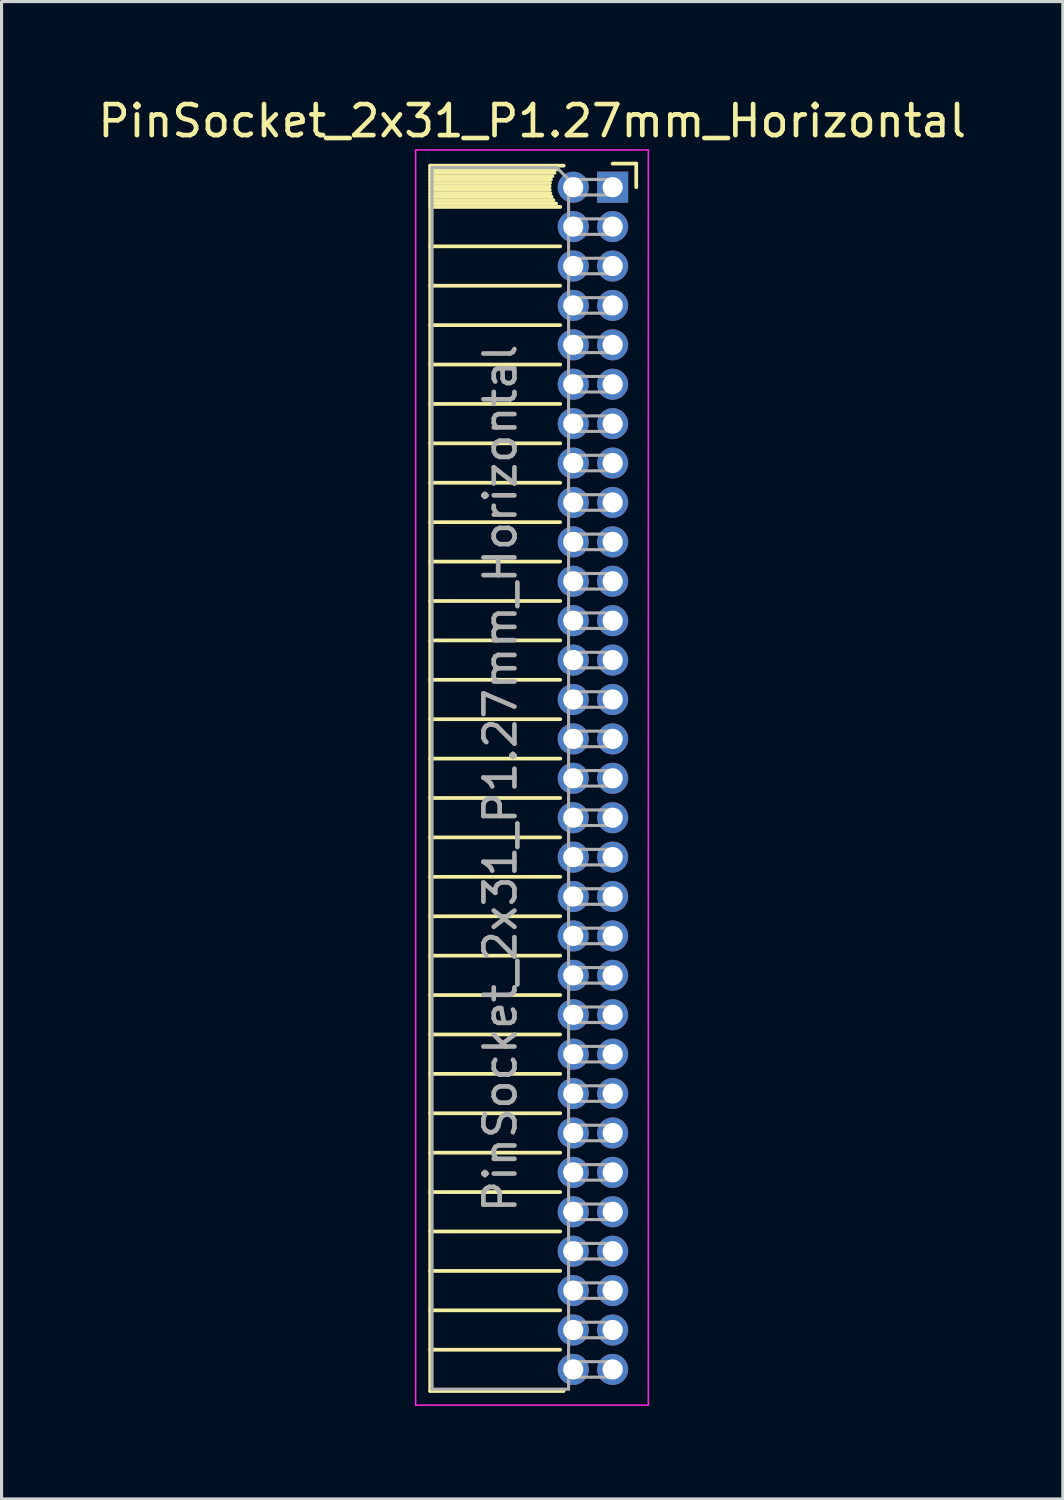
<source format=kicad_pcb>
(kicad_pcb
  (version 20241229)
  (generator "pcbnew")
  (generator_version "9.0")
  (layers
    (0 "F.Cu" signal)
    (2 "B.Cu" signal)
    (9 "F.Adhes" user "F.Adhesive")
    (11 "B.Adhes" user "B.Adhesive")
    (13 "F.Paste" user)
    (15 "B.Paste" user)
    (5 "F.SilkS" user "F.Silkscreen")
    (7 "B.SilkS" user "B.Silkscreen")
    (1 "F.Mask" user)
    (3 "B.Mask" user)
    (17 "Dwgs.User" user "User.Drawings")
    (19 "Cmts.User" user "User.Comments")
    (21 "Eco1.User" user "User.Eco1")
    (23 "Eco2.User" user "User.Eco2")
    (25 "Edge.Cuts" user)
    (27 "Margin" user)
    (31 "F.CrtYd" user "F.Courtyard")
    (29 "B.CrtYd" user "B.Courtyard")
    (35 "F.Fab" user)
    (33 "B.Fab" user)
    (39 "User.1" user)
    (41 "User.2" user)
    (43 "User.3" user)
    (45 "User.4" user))
  (footprint "PinSocket_2x31_P1.27mm_Horizontal"
    (layer "F.Cu")
    (at 16.694 2.983)
    (property "Reference" "PinSocket_2x31_P1.27mm_Horizontal" (at -2.592 -2.135 0) (layer "F.SilkS") (effects (font (size 1 1) (thickness 0.15))))
    (attr through_hole)
    (fp_line (start -5.88 -0.695) (end -5.88 38.795) (stroke (width 0.12) (type solid)) (layer "F.SilkS"))
    (fp_line (start -5.88 -0.695) (end -1.578 -0.695) (stroke (width 0.12) (type solid)) (layer "F.SilkS"))
    (fp_line (start -5.88 -0.575) (end -1.767 -0.575) (stroke (width 0.12) (type solid)) (layer "F.SilkS"))
    (fp_line (start -5.88 -0.465) (end -1.871 -0.465) (stroke (width 0.12) (type solid)) (layer "F.SilkS"))
    (fp_line (start -5.88 -0.355) (end -1.942 -0.355) (stroke (width 0.12) (type solid)) (layer "F.SilkS"))
    (fp_line (start -5.88 -0.245) (end -1.989 -0.245) (stroke (width 0.12) (type solid)) (layer "F.SilkS"))
    (fp_line (start -5.88 -0.135) (end -2.018 -0.135) (stroke (width 0.12) (type solid)) (layer "F.SilkS"))
    (fp_line (start -5.88 -0.025) (end -2.03 -0.025) (stroke (width 0.12) (type solid)) (layer "F.SilkS"))
    (fp_line (start -5.88 0.085) (end -2.025 0.085) (stroke (width 0.12) (type solid)) (layer "F.SilkS"))
    (fp_line (start -5.88 0.195) (end -2.005 0.195) (stroke (width 0.12) (type solid)) (layer "F.SilkS"))
    (fp_line (start -5.88 0.305) (end -1.966 0.305) (stroke (width 0.12) (type solid)) (layer "F.SilkS"))
    (fp_line (start -5.88 0.415) (end -1.907 0.415) (stroke (width 0.12) (type solid)) (layer "F.SilkS"))
    (fp_line (start -5.88 0.525) (end -1.82 0.525) (stroke (width 0.12) (type solid)) (layer "F.SilkS"))
    (fp_line (start -5.88 0.635) (end -1.688 0.635) (stroke (width 0.12) (type solid)) (layer "F.SilkS"))
    (fp_line (start -5.88 1.905) (end -1.688 1.905) (stroke (width 0.12) (type solid)) (layer "F.SilkS"))
    (fp_line (start -5.88 3.175) (end -1.688 3.175) (stroke (width 0.12) (type solid)) (layer "F.SilkS"))
    (fp_line (start -5.88 4.445) (end -1.688 4.445) (stroke (width 0.12) (type solid)) (layer "F.SilkS"))
    (fp_line (start -5.88 5.715) (end -1.688 5.715) (stroke (width 0.12) (type solid)) (layer "F.SilkS"))
    (fp_line (start -5.88 6.985) (end -1.688 6.985) (stroke (width 0.12) (type solid)) (layer "F.SilkS"))
    (fp_line (start -5.88 8.255) (end -1.688 8.255) (stroke (width 0.12) (type solid)) (layer "F.SilkS"))
    (fp_line (start -5.88 9.525) (end -1.688 9.525) (stroke (width 0.12) (type solid)) (layer "F.SilkS"))
    (fp_line (start -5.88 10.795) (end -1.688 10.795) (stroke (width 0.12) (type solid)) (layer "F.SilkS"))
    (fp_line (start -5.88 12.065) (end -1.688 12.065) (stroke (width 0.12) (type solid)) (layer "F.SilkS"))
    (fp_line (start -5.88 13.335) (end -1.688 13.335) (stroke (width 0.12) (type solid)) (layer "F.SilkS"))
    (fp_line (start -5.88 14.605) (end -1.688 14.605) (stroke (width 0.12) (type solid)) (layer "F.SilkS"))
    (fp_line (start -5.88 15.875) (end -1.688 15.875) (stroke (width 0.12) (type solid)) (layer "F.SilkS"))
    (fp_line (start -5.88 17.145) (end -1.688 17.145) (stroke (width 0.12) (type solid)) (layer "F.SilkS"))
    (fp_line (start -5.88 18.415) (end -1.688 18.415) (stroke (width 0.12) (type solid)) (layer "F.SilkS"))
    (fp_line (start -5.88 19.685) (end -1.688 19.685) (stroke (width 0.12) (type solid)) (layer "F.SilkS"))
    (fp_line (start -5.88 20.955) (end -1.688 20.955) (stroke (width 0.12) (type solid)) (layer "F.SilkS"))
    (fp_line (start -5.88 22.225) (end -1.688 22.225) (stroke (width 0.12) (type solid)) (layer "F.SilkS"))
    (fp_line (start -5.88 23.495) (end -1.688 23.495) (stroke (width 0.12) (type solid)) (layer "F.SilkS"))
    (fp_line (start -5.88 24.765) (end -1.688 24.765) (stroke (width 0.12) (type solid)) (layer "F.SilkS"))
    (fp_line (start -5.88 26.035) (end -1.688 26.035) (stroke (width 0.12) (type solid)) (layer "F.SilkS"))
    (fp_line (start -5.88 27.305) (end -1.688 27.305) (stroke (width 0.12) (type solid)) (layer "F.SilkS"))
    (fp_line (start -5.88 28.575) (end -1.688 28.575) (stroke (width 0.12) (type solid)) (layer "F.SilkS"))
    (fp_line (start -5.88 29.845) (end -1.688 29.845) (stroke (width 0.12) (type solid)) (layer "F.SilkS"))
    (fp_line (start -5.88 31.115) (end -1.688 31.115) (stroke (width 0.12) (type solid)) (layer "F.SilkS"))
    (fp_line (start -5.88 32.385) (end -1.688 32.385) (stroke (width 0.12) (type solid)) (layer "F.SilkS"))
    (fp_line (start -5.88 33.655) (end -1.688 33.655) (stroke (width 0.12) (type solid)) (layer "F.SilkS"))
    (fp_line (start -5.88 34.925) (end -1.688 34.925) (stroke (width 0.12) (type solid)) (layer "F.SilkS"))
    (fp_line (start -5.88 36.195) (end -1.688 36.195) (stroke (width 0.12) (type solid)) (layer "F.SilkS"))
    (fp_line (start -5.88 37.465) (end -1.688 37.465) (stroke (width 0.12) (type solid)) (layer "F.SilkS"))
    (fp_line (start -5.88 38.795) (end -1.578 38.795) (stroke (width 0.12) (type solid)) (layer "F.SilkS"))
    (fp_line (start 0 -0.76) (end 0.76 -0.76) (stroke (width 0.12) (type solid)) (layer "F.SilkS"))
    (fp_line (start 0.76 -0.76) (end 0.76 0) (stroke (width 0.12) (type solid)) (layer "F.SilkS"))
    (fp_line (start -6.35 -1.2) (end -6.35 39.25) (stroke (width 0.05) (type solid)) (layer "F.CrtYd"))
    (fp_line (start -6.35 39.25) (end 1.15 39.25) (stroke (width 0.05) (type solid)) (layer "F.CrtYd"))
    (fp_line (start 1.15 -1.2) (end -6.35 -1.2) (stroke (width 0.05) (type solid)) (layer "F.CrtYd"))
    (fp_line (start 1.15 39.25) (end 1.15 -1.2) (stroke (width 0.05) (type solid)) (layer "F.CrtYd"))
    (fp_line (start -5.82 -0.635) (end -1.805 -0.635) (stroke (width 0.1) (type solid)) (layer "F.Fab"))
    (fp_line (start -5.82 38.735) (end -5.82 -0.635) (stroke (width 0.1) (type solid)) (layer "F.Fab"))
    (fp_line (start -1.805 -0.635) (end -1.42 -0.25) (stroke (width 0.1) (type solid)) (layer "F.Fab"))
    (fp_line (start -1.42 -0.25) (end -1.42 38.735) (stroke (width 0.1) (type solid)) (layer "F.Fab"))
    (fp_line (start -1.42 0.25) (end 0 0.25) (stroke (width 0.1) (type solid)) (layer "F.Fab"))
    (fp_line (start -1.42 1.52) (end 0 1.52) (stroke (width 0.1) (type solid)) (layer "F.Fab"))
    (fp_line (start -1.42 2.79) (end 0 2.79) (stroke (width 0.1) (type solid)) (layer "F.Fab"))
    (fp_line (start -1.42 4.06) (end 0 4.06) (stroke (width 0.1) (type solid)) (layer "F.Fab"))
    (fp_line (start -1.42 5.33) (end 0 5.33) (stroke (width 0.1) (type solid)) (layer "F.Fab"))
    (fp_line (start -1.42 6.6) (end 0 6.6) (stroke (width 0.1) (type solid)) (layer "F.Fab"))
    (fp_line (start -1.42 7.87) (end 0 7.87) (stroke (width 0.1) (type solid)) (layer "F.Fab"))
    (fp_line (start -1.42 9.14) (end 0 9.14) (stroke (width 0.1) (type solid)) (layer "F.Fab"))
    (fp_line (start -1.42 10.41) (end 0 10.41) (stroke (width 0.1) (type solid)) (layer "F.Fab"))
    (fp_line (start -1.42 11.68) (end 0 11.68) (stroke (width 0.1) (type solid)) (layer "F.Fab"))
    (fp_line (start -1.42 12.95) (end 0 12.95) (stroke (width 0.1) (type solid)) (layer "F.Fab"))
    (fp_line (start -1.42 14.22) (end 0 14.22) (stroke (width 0.1) (type solid)) (layer "F.Fab"))
    (fp_line (start -1.42 15.49) (end 0 15.49) (stroke (width 0.1) (type solid)) (layer "F.Fab"))
    (fp_line (start -1.42 16.76) (end 0 16.76) (stroke (width 0.1) (type solid)) (layer "F.Fab"))
    (fp_line (start -1.42 18.03) (end 0 18.03) (stroke (width 0.1) (type solid)) (layer "F.Fab"))
    (fp_line (start -1.42 19.3) (end 0 19.3) (stroke (width 0.1) (type solid)) (layer "F.Fab"))
    (fp_line (start -1.42 20.57) (end 0 20.57) (stroke (width 0.1) (type solid)) (layer "F.Fab"))
    (fp_line (start -1.42 21.84) (end 0 21.84) (stroke (width 0.1) (type solid)) (layer "F.Fab"))
    (fp_line (start -1.42 23.11) (end 0 23.11) (stroke (width 0.1) (type solid)) (layer "F.Fab"))
    (fp_line (start -1.42 24.38) (end 0 24.38) (stroke (width 0.1) (type solid)) (layer "F.Fab"))
    (fp_line (start -1.42 25.65) (end 0 25.65) (stroke (width 0.1) (type solid)) (layer "F.Fab"))
    (fp_line (start -1.42 26.92) (end 0 26.92) (stroke (width 0.1) (type solid)) (layer "F.Fab"))
    (fp_line (start -1.42 28.19) (end 0 28.19) (stroke (width 0.1) (type solid)) (layer "F.Fab"))
    (fp_line (start -1.42 29.46) (end 0 29.46) (stroke (width 0.1) (type solid)) (layer "F.Fab"))
    (fp_line (start -1.42 30.73) (end 0 30.73) (stroke (width 0.1) (type solid)) (layer "F.Fab"))
    (fp_line (start -1.42 32) (end 0 32) (stroke (width 0.1) (type solid)) (layer "F.Fab"))
    (fp_line (start -1.42 33.27) (end 0 33.27) (stroke (width 0.1) (type solid)) (layer "F.Fab"))
    (fp_line (start -1.42 34.54) (end 0 34.54) (stroke (width 0.1) (type solid)) (layer "F.Fab"))
    (fp_line (start -1.42 35.81) (end 0 35.81) (stroke (width 0.1) (type solid)) (layer "F.Fab"))
    (fp_line (start -1.42 37.08) (end 0 37.08) (stroke (width 0.1) (type solid)) (layer "F.Fab"))
    (fp_line (start -1.42 38.35) (end 0 38.35) (stroke (width 0.1) (type solid)) (layer "F.Fab"))
    (fp_line (start -1.42 38.735) (end -5.82 38.735) (stroke (width 0.1) (type solid)) (layer "F.Fab"))
    (fp_line (start 0 -0.25) (end -1.42 -0.25) (stroke (width 0.1) (type solid)) (layer "F.Fab"))
    (fp_line (start 0 0.25) (end 0 -0.25) (stroke (width 0.1) (type solid)) (layer "F.Fab"))
    (fp_line (start 0 1.02) (end -1.42 1.02) (stroke (width 0.1) (type solid)) (layer "F.Fab"))
    (fp_line (start 0 1.52) (end 0 1.02) (stroke (width 0.1) (type solid)) (layer "F.Fab"))
    (fp_line (start 0 2.29) (end -1.42 2.29) (stroke (width 0.1) (type solid)) (layer "F.Fab"))
    (fp_line (start 0 2.79) (end 0 2.29) (stroke (width 0.1) (type solid)) (layer "F.Fab"))
    (fp_line (start 0 3.56) (end -1.42 3.56) (stroke (width 0.1) (type solid)) (layer "F.Fab"))
    (fp_line (start 0 4.06) (end 0 3.56) (stroke (width 0.1) (type solid)) (layer "F.Fab"))
    (fp_line (start 0 4.83) (end -1.42 4.83) (stroke (width 0.1) (type solid)) (layer "F.Fab"))
    (fp_line (start 0 5.33) (end 0 4.83) (stroke (width 0.1) (type solid)) (layer "F.Fab"))
    (fp_line (start 0 6.1) (end -1.42 6.1) (stroke (width 0.1) (type solid)) (layer "F.Fab"))
    (fp_line (start 0 6.6) (end 0 6.1) (stroke (width 0.1) (type solid)) (layer "F.Fab"))
    (fp_line (start 0 7.37) (end -1.42 7.37) (stroke (width 0.1) (type solid)) (layer "F.Fab"))
    (fp_line (start 0 7.87) (end 0 7.37) (stroke (width 0.1) (type solid)) (layer "F.Fab"))
    (fp_line (start 0 8.64) (end -1.42 8.64) (stroke (width 0.1) (type solid)) (layer "F.Fab"))
    (fp_line (start 0 9.14) (end 0 8.64) (stroke (width 0.1) (type solid)) (layer "F.Fab"))
    (fp_line (start 0 9.91) (end -1.42 9.91) (stroke (width 0.1) (type solid)) (layer "F.Fab"))
    (fp_line (start 0 10.41) (end 0 9.91) (stroke (width 0.1) (type solid)) (layer "F.Fab"))
    (fp_line (start 0 11.18) (end -1.42 11.18) (stroke (width 0.1) (type solid)) (layer "F.Fab"))
    (fp_line (start 0 11.68) (end 0 11.18) (stroke (width 0.1) (type solid)) (layer "F.Fab"))
    (fp_line (start 0 12.45) (end -1.42 12.45) (stroke (width 0.1) (type solid)) (layer "F.Fab"))
    (fp_line (start 0 12.95) (end 0 12.45) (stroke (width 0.1) (type solid)) (layer "F.Fab"))
    (fp_line (start 0 13.72) (end -1.42 13.72) (stroke (width 0.1) (type solid)) (layer "F.Fab"))
    (fp_line (start 0 14.22) (end 0 13.72) (stroke (width 0.1) (type solid)) (layer "F.Fab"))
    (fp_line (start 0 14.99) (end -1.42 14.99) (stroke (width 0.1) (type solid)) (layer "F.Fab"))
    (fp_line (start 0 15.49) (end 0 14.99) (stroke (width 0.1) (type solid)) (layer "F.Fab"))
    (fp_line (start 0 16.26) (end -1.42 16.26) (stroke (width 0.1) (type solid)) (layer "F.Fab"))
    (fp_line (start 0 16.76) (end 0 16.26) (stroke (width 0.1) (type solid)) (layer "F.Fab"))
    (fp_line (start 0 17.53) (end -1.42 17.53) (stroke (width 0.1) (type solid)) (layer "F.Fab"))
    (fp_line (start 0 18.03) (end 0 17.53) (stroke (width 0.1) (type solid)) (layer "F.Fab"))
    (fp_line (start 0 18.8) (end -1.42 18.8) (stroke (width 0.1) (type solid)) (layer "F.Fab"))
    (fp_line (start 0 19.3) (end 0 18.8) (stroke (width 0.1) (type solid)) (layer "F.Fab"))
    (fp_line (start 0 20.07) (end -1.42 20.07) (stroke (width 0.1) (type solid)) (layer "F.Fab"))
    (fp_line (start 0 20.57) (end 0 20.07) (stroke (width 0.1) (type solid)) (layer "F.Fab"))
    (fp_line (start 0 21.34) (end -1.42 21.34) (stroke (width 0.1) (type solid)) (layer "F.Fab"))
    (fp_line (start 0 21.84) (end 0 21.34) (stroke (width 0.1) (type solid)) (layer "F.Fab"))
    (fp_line (start 0 22.61) (end -1.42 22.61) (stroke (width 0.1) (type solid)) (layer "F.Fab"))
    (fp_line (start 0 23.11) (end 0 22.61) (stroke (width 0.1) (type solid)) (layer "F.Fab"))
    (fp_line (start 0 23.88) (end -1.42 23.88) (stroke (width 0.1) (type solid)) (layer "F.Fab"))
    (fp_line (start 0 24.38) (end 0 23.88) (stroke (width 0.1) (type solid)) (layer "F.Fab"))
    (fp_line (start 0 25.15) (end -1.42 25.15) (stroke (width 0.1) (type solid)) (layer "F.Fab"))
    (fp_line (start 0 25.65) (end 0 25.15) (stroke (width 0.1) (type solid)) (layer "F.Fab"))
    (fp_line (start 0 26.42) (end -1.42 26.42) (stroke (width 0.1) (type solid)) (layer "F.Fab"))
    (fp_line (start 0 26.92) (end 0 26.42) (stroke (width 0.1) (type solid)) (layer "F.Fab"))
    (fp_line (start 0 27.69) (end -1.42 27.69) (stroke (width 0.1) (type solid)) (layer "F.Fab"))
    (fp_line (start 0 28.19) (end 0 27.69) (stroke (width 0.1) (type solid)) (layer "F.Fab"))
    (fp_line (start 0 28.96) (end -1.42 28.96) (stroke (width 0.1) (type solid)) (layer "F.Fab"))
    (fp_line (start 0 29.46) (end 0 28.96) (stroke (width 0.1) (type solid)) (layer "F.Fab"))
    (fp_line (start 0 30.23) (end -1.42 30.23) (stroke (width 0.1) (type solid)) (layer "F.Fab"))
    (fp_line (start 0 30.73) (end 0 30.23) (stroke (width 0.1) (type solid)) (layer "F.Fab"))
    (fp_line (start 0 31.5) (end -1.42 31.5) (stroke (width 0.1) (type solid)) (layer "F.Fab"))
    (fp_line (start 0 32) (end 0 31.5) (stroke (width 0.1) (type solid)) (layer "F.Fab"))
    (fp_line (start 0 32.77) (end -1.42 32.77) (stroke (width 0.1) (type solid)) (layer "F.Fab"))
    (fp_line (start 0 33.27) (end 0 32.77) (stroke (width 0.1) (type solid)) (layer "F.Fab"))
    (fp_line (start 0 34.04) (end -1.42 34.04) (stroke (width 0.1) (type solid)) (layer "F.Fab"))
    (fp_line (start 0 34.54) (end 0 34.04) (stroke (width 0.1) (type solid)) (layer "F.Fab"))
    (fp_line (start 0 35.31) (end -1.42 35.31) (stroke (width 0.1) (type solid)) (layer "F.Fab"))
    (fp_line (start 0 35.81) (end 0 35.31) (stroke (width 0.1) (type solid)) (layer "F.Fab"))
    (fp_line (start 0 36.58) (end -1.42 36.58) (stroke (width 0.1) (type solid)) (layer "F.Fab"))
    (fp_line (start 0 37.08) (end 0 36.58) (stroke (width 0.1) (type solid)) (layer "F.Fab"))
    (fp_line (start 0 37.85) (end -1.42 37.85) (stroke (width 0.1) (type solid)) (layer "F.Fab"))
    (fp_line (start 0 38.35) (end 0 37.85) (stroke (width 0.1) (type solid)) (layer "F.Fab"))
    (fp_text user "${REFERENCE}" (at -3.62 19.05 90) (layer "F.Fab") (effects (font (size 1 1) (thickness 0.15))))
    (pad "1" thru_hole rect (at 0 0) (size 1 1) (drill 0.65) (layers "*.Cu" "*.Mask"))
    (pad "2" thru_hole oval (at -1.27 0) (size 1 1) (drill 0.65) (layers "*.Cu" "*.Mask"))
    (pad "3" thru_hole oval (at 0 1.27) (size 1 1) (drill 0.65) (layers "*.Cu" "*.Mask"))
    (pad "4" thru_hole oval (at -1.27 1.27) (size 1 1) (drill 0.65) (layers "*.Cu" "*.Mask"))
    (pad "5" thru_hole oval (at 0 2.54) (size 1 1) (drill 0.65) (layers "*.Cu" "*.Mask"))
    (pad "6" thru_hole oval (at -1.27 2.54) (size 1 1) (drill 0.65) (layers "*.Cu" "*.Mask"))
    (pad "7" thru_hole oval (at 0 3.81) (size 1 1) (drill 0.65) (layers "*.Cu" "*.Mask"))
    (pad "8" thru_hole oval (at -1.27 3.81) (size 1 1) (drill 0.65) (layers "*.Cu" "*.Mask"))
    (pad "9" thru_hole oval (at 0 5.08) (size 1 1) (drill 0.65) (layers "*.Cu" "*.Mask"))
    (pad "10" thru_hole oval (at -1.27 5.08) (size 1 1) (drill 0.65) (layers "*.Cu" "*.Mask"))
    (pad "11" thru_hole oval (at 0 6.35) (size 1 1) (drill 0.65) (layers "*.Cu" "*.Mask"))
    (pad "12" thru_hole oval (at -1.27 6.35) (size 1 1) (drill 0.65) (layers "*.Cu" "*.Mask"))
    (pad "13" thru_hole oval (at 0 7.62) (size 1 1) (drill 0.65) (layers "*.Cu" "*.Mask"))
    (pad "14" thru_hole oval (at -1.27 7.62) (size 1 1) (drill 0.65) (layers "*.Cu" "*.Mask"))
    (pad "15" thru_hole oval (at 0 8.89) (size 1 1) (drill 0.65) (layers "*.Cu" "*.Mask"))
    (pad "16" thru_hole oval (at -1.27 8.89) (size 1 1) (drill 0.65) (layers "*.Cu" "*.Mask"))
    (pad "17" thru_hole oval (at 0 10.16) (size 1 1) (drill 0.65) (layers "*.Cu" "*.Mask"))
    (pad "18" thru_hole oval (at -1.27 10.16) (size 1 1) (drill 0.65) (layers "*.Cu" "*.Mask"))
    (pad "19" thru_hole oval (at 0 11.43) (size 1 1) (drill 0.65) (layers "*.Cu" "*.Mask"))
    (pad "20" thru_hole oval (at -1.27 11.43) (size 1 1) (drill 0.65) (layers "*.Cu" "*.Mask"))
    (pad "21" thru_hole oval (at 0 12.7) (size 1 1) (drill 0.65) (layers "*.Cu" "*.Mask"))
    (pad "22" thru_hole oval (at -1.27 12.7) (size 1 1) (drill 0.65) (layers "*.Cu" "*.Mask"))
    (pad "23" thru_hole oval (at 0 13.97) (size 1 1) (drill 0.65) (layers "*.Cu" "*.Mask"))
    (pad "24" thru_hole oval (at -1.27 13.97) (size 1 1) (drill 0.65) (layers "*.Cu" "*.Mask"))
    (pad "25" thru_hole oval (at 0 15.24) (size 1 1) (drill 0.65) (layers "*.Cu" "*.Mask"))
    (pad "26" thru_hole oval (at -1.27 15.24) (size 1 1) (drill 0.65) (layers "*.Cu" "*.Mask"))
    (pad "27" thru_hole oval (at 0 16.51) (size 1 1) (drill 0.65) (layers "*.Cu" "*.Mask"))
    (pad "28" thru_hole oval (at -1.27 16.51) (size 1 1) (drill 0.65) (layers "*.Cu" "*.Mask"))
    (pad "29" thru_hole oval (at 0 17.78) (size 1 1) (drill 0.65) (layers "*.Cu" "*.Mask"))
    (pad "30" thru_hole oval (at -1.27 17.78) (size 1 1) (drill 0.65) (layers "*.Cu" "*.Mask"))
    (pad "31" thru_hole oval (at 0 19.05) (size 1 1) (drill 0.65) (layers "*.Cu" "*.Mask"))
    (pad "32" thru_hole oval (at -1.27 19.05) (size 1 1) (drill 0.65) (layers "*.Cu" "*.Mask"))
    (pad "33" thru_hole oval (at 0 20.32) (size 1 1) (drill 0.65) (layers "*.Cu" "*.Mask"))
    (pad "34" thru_hole oval (at -1.27 20.32) (size 1 1) (drill 0.65) (layers "*.Cu" "*.Mask"))
    (pad "35" thru_hole oval (at 0 21.59) (size 1 1) (drill 0.65) (layers "*.Cu" "*.Mask"))
    (pad "36" thru_hole oval (at -1.27 21.59) (size 1 1) (drill 0.65) (layers "*.Cu" "*.Mask"))
    (pad "37" thru_hole oval (at 0 22.86) (size 1 1) (drill 0.65) (layers "*.Cu" "*.Mask"))
    (pad "38" thru_hole oval (at -1.27 22.86) (size 1 1) (drill 0.65) (layers "*.Cu" "*.Mask"))
    (pad "39" thru_hole oval (at 0 24.13) (size 1 1) (drill 0.65) (layers "*.Cu" "*.Mask"))
    (pad "40" thru_hole oval (at -1.27 24.13) (size 1 1) (drill 0.65) (layers "*.Cu" "*.Mask"))
    (pad "41" thru_hole oval (at 0 25.4) (size 1 1) (drill 0.65) (layers "*.Cu" "*.Mask"))
    (pad "42" thru_hole oval (at -1.27 25.4) (size 1 1) (drill 0.65) (layers "*.Cu" "*.Mask"))
    (pad "43" thru_hole oval (at 0 26.67) (size 1 1) (drill 0.65) (layers "*.Cu" "*.Mask"))
    (pad "44" thru_hole oval (at -1.27 26.67) (size 1 1) (drill 0.65) (layers "*.Cu" "*.Mask"))
    (pad "45" thru_hole oval (at 0 27.94) (size 1 1) (drill 0.65) (layers "*.Cu" "*.Mask"))
    (pad "46" thru_hole oval (at -1.27 27.94) (size 1 1) (drill 0.65) (layers "*.Cu" "*.Mask"))
    (pad "47" thru_hole oval (at 0 29.21) (size 1 1) (drill 0.65) (layers "*.Cu" "*.Mask"))
    (pad "48" thru_hole oval (at -1.27 29.21) (size 1 1) (drill 0.65) (layers "*.Cu" "*.Mask"))
    (pad "49" thru_hole oval (at 0 30.48) (size 1 1) (drill 0.65) (layers "*.Cu" "*.Mask"))
    (pad "50" thru_hole oval (at -1.27 30.48) (size 1 1) (drill 0.65) (layers "*.Cu" "*.Mask"))
    (pad "51" thru_hole oval (at 0 31.75) (size 1 1) (drill 0.65) (layers "*.Cu" "*.Mask"))
    (pad "52" thru_hole oval (at -1.27 31.75) (size 1 1) (drill 0.65) (layers "*.Cu" "*.Mask"))
    (pad "53" thru_hole oval (at 0 33.02) (size 1 1) (drill 0.65) (layers "*.Cu" "*.Mask"))
    (pad "54" thru_hole oval (at -1.27 33.02) (size 1 1) (drill 0.65) (layers "*.Cu" "*.Mask"))
    (pad "55" thru_hole oval (at 0 34.29) (size 1 1) (drill 0.65) (layers "*.Cu" "*.Mask"))
    (pad "56" thru_hole oval (at -1.27 34.29) (size 1 1) (drill 0.65) (layers "*.Cu" "*.Mask"))
    (pad "57" thru_hole oval (at 0 35.56) (size 1 1) (drill 0.65) (layers "*.Cu" "*.Mask"))
    (pad "58" thru_hole oval (at -1.27 35.56) (size 1 1) (drill 0.65) (layers "*.Cu" "*.Mask"))
    (pad "59" thru_hole oval (at 0 36.83) (size 1 1) (drill 0.65) (layers "*.Cu" "*.Mask"))
    (pad "60" thru_hole oval (at -1.27 36.83) (size 1 1) (drill 0.65) (layers "*.Cu" "*.Mask"))
    (pad "61" thru_hole oval (at 0 38.1) (size 1 1) (drill 0.65) (layers "*.Cu" "*.Mask"))
    (pad "62" thru_hole oval (at -1.27 38.1) (size 1 1) (drill 0.65) (layers "*.Cu" "*.Mask")))
  (gr_rect
    (start -3 -3)
    (end 31.202 45.258)
    (stroke (width 0.1) (type default))
    (fill no)
    (layer "Edge.Cuts")))
</source>
